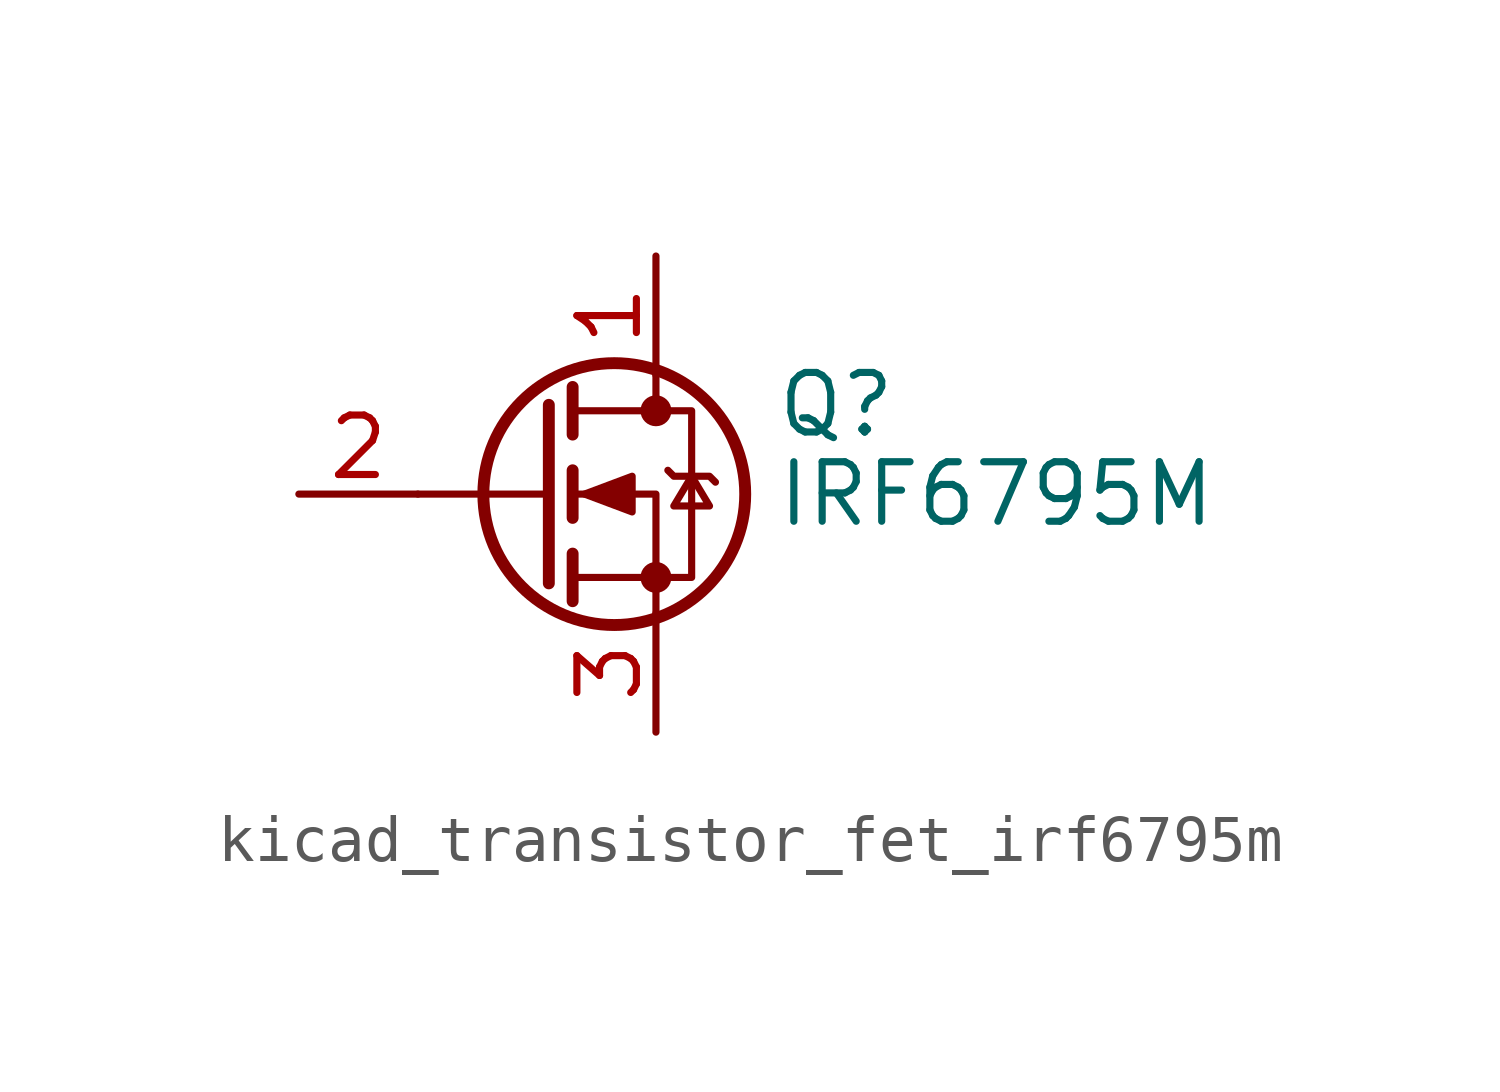
<source format=kicad_sym>
(kicad_symbol_lib
  (version 20220914)
  (generator kicad_symbol_editor)
  (symbol "kicad_transistor_fet_irf6795m"
    (pin_names hide)
    (property "Reference" "Q"
      (at 5.08 1.905 0)
      (effects (font (size 1.27 1.27)) (justify left)))
    (property "Value" "IRF6795M"
      (at 5.08 0 0)
      (effects (font (size 1.27 1.27)) (justify left)))
    (symbol "kicad_transistor_fet_irf6795m_0_1"
      (polyline (pts (xy 0.254 0) (xy -2.54 0)) (stroke (width 0) (type default)) (fill (type none)))
      (polyline (pts (xy 0.254 1.905) (xy 0.254 -1.905)) (stroke (width 0.254) (type default)) (fill (type none)))
      (polyline (pts (xy 0.762 -1.27) (xy 0.762 -2.286)) (stroke (width 0.254) (type default)) (fill (type none)))
      (polyline (pts (xy 0.762 0.508) (xy 0.762 -0.508)) (stroke (width 0.254) (type default)) (fill (type none)))
      (polyline (pts (xy 0.762 2.286) (xy 0.762 1.27)) (stroke (width 0.254) (type default)) (fill (type none)))
      (polyline (pts (xy 2.54 2.54) (xy 2.54 1.778)) (stroke (width 0) (type default)) (fill (type none)))
      (polyline (pts (xy 2.54 -2.54) (xy 2.54 0) (xy 0.762 0)) (stroke (width 0) (type default)) (fill (type none)))
      (polyline (pts (xy 0.762 -1.778) (xy 3.302 -1.778) (xy 3.302 1.778) (xy 0.762 1.778)) (stroke (width 0) (type default)) (fill (type none)))
      (polyline (pts (xy 1.016 0) (xy 2.032 0.381) (xy 2.032 -0.381) (xy 1.016 0)) (stroke (width 0) (type default)) (fill (type outline)))
      (polyline (pts (xy 2.794 0.508) (xy 2.921 0.381) (xy 3.683 0.381) (xy 3.81 0.254)) (stroke (width 0) (type default)) (fill (type none)))
      (polyline (pts (xy 3.302 0.381) (xy 2.921 -0.254) (xy 3.683 -0.254) (xy 3.302 0.381)) (stroke (width 0) (type default)) (fill (type none)))
      (circle (center 1.651 0) (radius 2.794) (stroke (width 0.254) (type default)) (fill (type none)))
      (circle (center 2.54 -1.778) (radius 0.254) (stroke (width 0) (type default)) (fill (type outline)))
      (circle (center 2.54 1.778) (radius 0.254) (stroke (width 0) (type default)) (fill (type outline))))
    (symbol "kicad_transistor_fet_irf6795m_1_1"
      (pin passive line (at 2.54 5.08 270) (length 2.54) (name "D" (effects (font (size 1.27 1.27)))) (number "1" (effects (font (size 1.27 1.27)))))
      (pin input line (at -5.08 0 0) (length 2.54) (name "G" (effects (font (size 1.27 1.27)))) (number "2" (effects (font (size 1.27 1.27)))))
      (pin passive line (at 2.54 -5.08 90) (length 2.54) (name "S" (effects (font (size 1.27 1.27)))) (number "3" (effects (font (size 1.27 1.27))))))))
</source>
